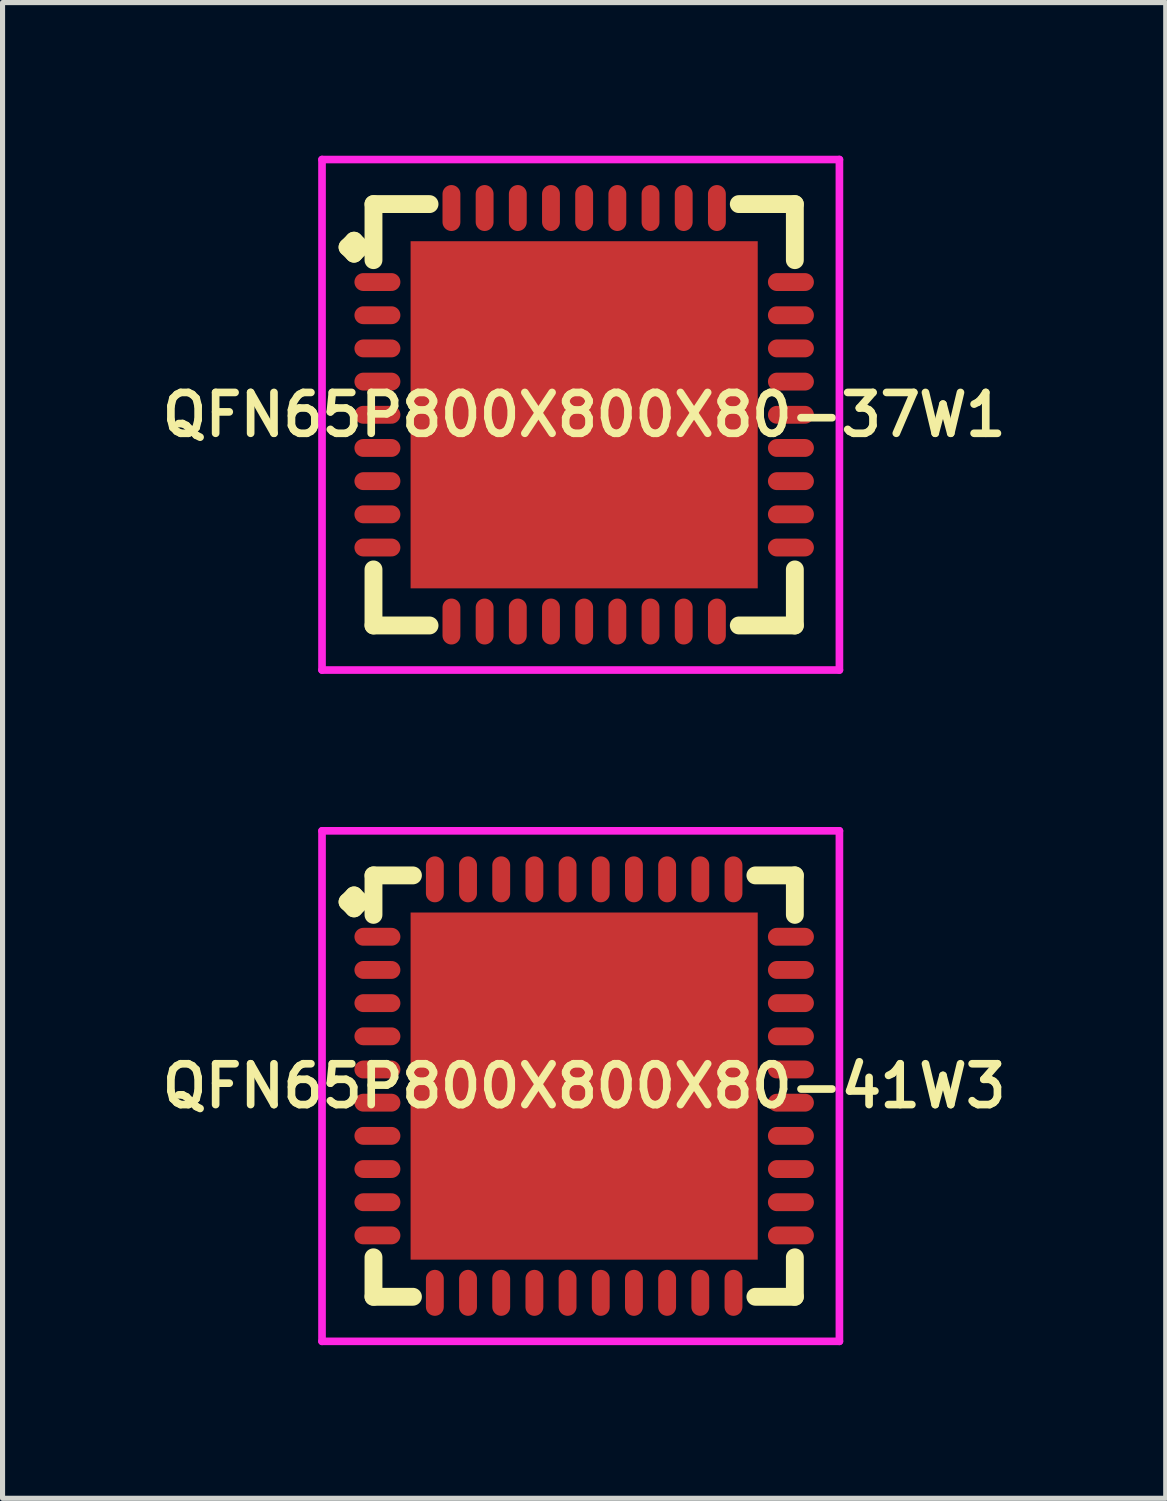
<source format=kicad_pcb>
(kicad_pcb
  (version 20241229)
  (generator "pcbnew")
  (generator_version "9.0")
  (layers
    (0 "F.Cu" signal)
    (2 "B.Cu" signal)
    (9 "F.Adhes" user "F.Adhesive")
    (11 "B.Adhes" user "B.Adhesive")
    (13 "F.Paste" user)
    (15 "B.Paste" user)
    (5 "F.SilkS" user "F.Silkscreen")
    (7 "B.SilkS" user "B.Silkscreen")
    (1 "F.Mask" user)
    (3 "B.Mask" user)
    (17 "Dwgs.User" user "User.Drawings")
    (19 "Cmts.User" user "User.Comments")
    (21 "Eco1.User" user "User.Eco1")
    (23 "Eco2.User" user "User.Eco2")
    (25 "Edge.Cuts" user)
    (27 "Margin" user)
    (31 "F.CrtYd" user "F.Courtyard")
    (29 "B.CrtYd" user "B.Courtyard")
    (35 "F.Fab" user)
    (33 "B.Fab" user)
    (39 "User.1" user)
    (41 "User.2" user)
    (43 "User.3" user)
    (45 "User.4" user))
  (footprint "QFN65P800X800X80-41W3"
    (layer "F.Cu")
    (at 8.393 18.225)
    (property "Reference" "QFN65P800X800X80-41W3" (at 0 0 0) (layer "F.SilkS") (effects (font (size 0.8 0.8) (thickness 0.15))))
    (attr smd)
    (fp_line (start -4.635 -3.608) (end -4.508 -3.735) (stroke (width 0.35) (type solid)) (layer "F.SilkS"))
    (fp_line (start -4.508 -3.735) (end -4.381 -3.608) (stroke (width 0.35) (type solid)) (layer "F.SilkS"))
    (fp_line (start -4.508 -3.481) (end -4.635 -3.608) (stroke (width 0.35) (type solid)) (layer "F.SilkS"))
    (fp_line (start -4.381 -3.608) (end -4.508 -3.481) (stroke (width 0.35) (type solid)) (layer "F.SilkS"))
    (fp_line (start -4.127 -4.127) (end -3.354 -4.127) (stroke (width 0.35) (type solid)) (layer "F.SilkS"))
    (fp_line (start -4.127 -3.354) (end -4.127 -4.127) (stroke (width 0.35) (type solid)) (layer "F.SilkS"))
    (fp_line (start -4.127 3.354) (end -4.127 4.127) (stroke (width 0.35) (type solid)) (layer "F.SilkS"))
    (fp_line (start -4.127 4.127) (end -3.354 4.127) (stroke (width 0.35) (type solid)) (layer "F.SilkS"))
    (fp_line (start 3.354 -4.127) (end 4.127 -4.127) (stroke (width 0.35) (type solid)) (layer "F.SilkS"))
    (fp_line (start 3.354 4.127) (end 4.127 4.127) (stroke (width 0.35) (type solid)) (layer "F.SilkS"))
    (fp_line (start 4.127 -4.127) (end 4.127 -3.354) (stroke (width 0.35) (type solid)) (layer "F.SilkS"))
    (fp_line (start 4.127 4.127) (end 4.127 3.354) (stroke (width 0.35) (type solid)) (layer "F.SilkS"))
    (fp_line (start -5.135 -5) (end 5 -5) (stroke (width 0.15) (type solid)) (layer "F.CrtYd"))
    (fp_line (start -5.135 5) (end -5.135 -5) (stroke (width 0.15) (type solid)) (layer "F.CrtYd"))
    (fp_line (start 5 -5) (end 5 5) (stroke (width 0.15) (type solid)) (layer "F.CrtYd"))
    (fp_line (start 5 5) (end -5.135 5) (stroke (width 0.15) (type solid)) (layer "F.CrtYd"))
    (pad "1" smd oval (at -4.05 -2.925) (size 0.9 0.35) (layers "F.Cu" "F.Mask" "F.Paste"))
    (pad "2" smd oval (at -4.05 -2.275) (size 0.9 0.35) (layers "F.Cu" "F.Mask" "F.Paste"))
    (pad "3" smd oval (at -4.05 -1.625) (size 0.9 0.35) (layers "F.Cu" "F.Mask" "F.Paste"))
    (pad "4" smd oval (at -4.05 -0.975) (size 0.9 0.35) (layers "F.Cu" "F.Mask" "F.Paste"))
    (pad "5" smd oval (at -4.05 -0.325) (size 0.9 0.35) (layers "F.Cu" "F.Mask" "F.Paste"))
    (pad "6" smd oval (at -4.05 0.325) (size 0.9 0.35) (layers "F.Cu" "F.Mask" "F.Paste"))
    (pad "7" smd oval (at -4.05 0.975) (size 0.9 0.35) (layers "F.Cu" "F.Mask" "F.Paste"))
    (pad "8" smd oval (at -4.05 1.625) (size 0.9 0.35) (layers "F.Cu" "F.Mask" "F.Paste"))
    (pad "9" smd oval (at -4.05 2.275) (size 0.9 0.35) (layers "F.Cu" "F.Mask" "F.Paste"))
    (pad "10" smd oval (at -4.05 2.925) (size 0.9 0.35) (layers "F.Cu" "F.Mask" "F.Paste"))
    (pad "11" smd oval (at -2.925 4.05) (size 0.35 0.9) (layers "F.Cu" "F.Mask" "F.Paste"))
    (pad "12" smd oval (at -2.275 4.05) (size 0.35 0.9) (layers "F.Cu" "F.Mask" "F.Paste"))
    (pad "13" smd oval (at -1.625 4.05) (size 0.35 0.9) (layers "F.Cu" "F.Mask" "F.Paste"))
    (pad "14" smd oval (at -0.975 4.05) (size 0.35 0.9) (layers "F.Cu" "F.Mask" "F.Paste"))
    (pad "15" smd oval (at -0.325 4.05) (size 0.35 0.9) (layers "F.Cu" "F.Mask" "F.Paste"))
    (pad "16" smd oval (at 0.325 4.05) (size 0.35 0.9) (layers "F.Cu" "F.Mask" "F.Paste"))
    (pad "17" smd oval (at 0.975 4.05) (size 0.35 0.9) (layers "F.Cu" "F.Mask" "F.Paste"))
    (pad "18" smd oval (at 1.625 4.05) (size 0.35 0.9) (layers "F.Cu" "F.Mask" "F.Paste"))
    (pad "19" smd oval (at 2.275 4.05) (size 0.35 0.9) (layers "F.Cu" "F.Mask" "F.Paste"))
    (pad "20" smd oval (at 2.925 4.05) (size 0.35 0.9) (layers "F.Cu" "F.Mask" "F.Paste"))
    (pad "21" smd oval (at 4.05 2.925) (size 0.9 0.35) (layers "F.Cu" "F.Mask" "F.Paste"))
    (pad "22" smd oval (at 4.05 2.275) (size 0.9 0.35) (layers "F.Cu" "F.Mask" "F.Paste"))
    (pad "23" smd oval (at 4.05 1.625) (size 0.9 0.35) (layers "F.Cu" "F.Mask" "F.Paste"))
    (pad "24" smd oval (at 4.05 0.975) (size 0.9 0.35) (layers "F.Cu" "F.Mask" "F.Paste"))
    (pad "25" smd oval (at 4.05 0.325) (size 0.9 0.35) (layers "F.Cu" "F.Mask" "F.Paste"))
    (pad "26" smd oval (at 4.05 -0.325) (size 0.9 0.35) (layers "F.Cu" "F.Mask" "F.Paste"))
    (pad "27" smd oval (at 4.05 -0.975) (size 0.9 0.35) (layers "F.Cu" "F.Mask" "F.Paste"))
    (pad "28" smd oval (at 4.05 -1.625) (size 0.9 0.35) (layers "F.Cu" "F.Mask" "F.Paste"))
    (pad "29" smd oval (at 4.05 -2.275) (size 0.9 0.35) (layers "F.Cu" "F.Mask" "F.Paste"))
    (pad "30" smd oval (at 4.05 -2.925) (size 0.9 0.35) (layers "F.Cu" "F.Mask" "F.Paste"))
    (pad "31" smd oval (at 2.925 -4.05) (size 0.35 0.9) (layers "F.Cu" "F.Mask" "F.Paste"))
    (pad "32" smd oval (at 2.275 -4.05) (size 0.35 0.9) (layers "F.Cu" "F.Mask" "F.Paste"))
    (pad "33" smd oval (at 1.625 -4.05) (size 0.35 0.9) (layers "F.Cu" "F.Mask" "F.Paste"))
    (pad "34" smd oval (at 0.975 -4.05) (size 0.35 0.9) (layers "F.Cu" "F.Mask" "F.Paste"))
    (pad "35" smd oval (at 0.325 -4.05) (size 0.35 0.9) (layers "F.Cu" "F.Mask" "F.Paste"))
    (pad "36" smd oval (at -0.325 -4.05) (size 0.35 0.9) (layers "F.Cu" "F.Mask" "F.Paste"))
    (pad "37" smd oval (at -0.975 -4.05) (size 0.35 0.9) (layers "F.Cu" "F.Mask" "F.Paste"))
    (pad "38" smd oval (at -1.625 -4.05) (size 0.35 0.9) (layers "F.Cu" "F.Mask" "F.Paste"))
    (pad "39" smd oval (at -2.275 -4.05) (size 0.35 0.9) (layers "F.Cu" "F.Mask" "F.Paste"))
    (pad "40" smd oval (at -2.925 -4.05) (size 0.35 0.9) (layers "F.Cu" "F.Mask" "F.Paste"))
    (pad "41" smd rect (at 0 0) (size 6.8 6.8) (layers "F.Cu" "F.Mask" "F.Paste")))
  (footprint "QFN65P800X800X80-37W1"
    (layer "F.Cu")
    (at 8.393 5.075)
    (property "Reference" "QFN65P800X800X80-37W1" (at 0 0 0) (layer "F.SilkS") (effects (font (size 0.8 0.8) (thickness 0.15))))
    (attr smd)
    (fp_line (start -4.635 -3.283) (end -4.508 -3.41) (stroke (width 0.35) (type solid)) (layer "F.SilkS"))
    (fp_line (start -4.508 -3.41) (end -4.381 -3.283) (stroke (width 0.35) (type solid)) (layer "F.SilkS"))
    (fp_line (start -4.508 -3.156) (end -4.635 -3.283) (stroke (width 0.35) (type solid)) (layer "F.SilkS"))
    (fp_line (start -4.381 -3.283) (end -4.508 -3.156) (stroke (width 0.35) (type solid)) (layer "F.SilkS"))
    (fp_line (start -4.127 -4.127) (end -3.029 -4.127) (stroke (width 0.35) (type solid)) (layer "F.SilkS"))
    (fp_line (start -4.127 -3.029) (end -4.127 -4.127) (stroke (width 0.35) (type solid)) (layer "F.SilkS"))
    (fp_line (start -4.127 3.029) (end -4.127 4.127) (stroke (width 0.35) (type solid)) (layer "F.SilkS"))
    (fp_line (start -4.127 4.127) (end -3.029 4.127) (stroke (width 0.35) (type solid)) (layer "F.SilkS"))
    (fp_line (start 3.029 -4.127) (end 4.127 -4.127) (stroke (width 0.35) (type solid)) (layer "F.SilkS"))
    (fp_line (start 3.029 4.127) (end 4.127 4.127) (stroke (width 0.35) (type solid)) (layer "F.SilkS"))
    (fp_line (start 4.127 -4.127) (end 4.127 -3.029) (stroke (width 0.35) (type solid)) (layer "F.SilkS"))
    (fp_line (start 4.127 4.127) (end 4.127 3.029) (stroke (width 0.35) (type solid)) (layer "F.SilkS"))
    (fp_line (start -5.135 -5) (end 5 -5) (stroke (width 0.15) (type solid)) (layer "F.CrtYd"))
    (fp_line (start -5.135 5) (end -5.135 -5) (stroke (width 0.15) (type solid)) (layer "F.CrtYd"))
    (fp_line (start 5 -5) (end 5 5) (stroke (width 0.15) (type solid)) (layer "F.CrtYd"))
    (fp_line (start 5 5) (end -5.135 5) (stroke (width 0.15) (type solid)) (layer "F.CrtYd"))
    (pad "1" smd oval (at -4.05 -2.6) (size 0.9 0.35) (layers "F.Cu" "F.Mask" "F.Paste"))
    (pad "2" smd oval (at -4.05 -1.95) (size 0.9 0.35) (layers "F.Cu" "F.Mask" "F.Paste"))
    (pad "3" smd oval (at -4.05 -1.3) (size 0.9 0.35) (layers "F.Cu" "F.Mask" "F.Paste"))
    (pad "4" smd oval (at -4.05 -0.65) (size 0.9 0.35) (layers "F.Cu" "F.Mask" "F.Paste"))
    (pad "5" smd oval (at -4.05 0) (size 0.9 0.35) (layers "F.Cu" "F.Mask" "F.Paste"))
    (pad "6" smd oval (at -4.05 0.65) (size 0.9 0.35) (layers "F.Cu" "F.Mask" "F.Paste"))
    (pad "7" smd oval (at -4.05 1.3) (size 0.9 0.35) (layers "F.Cu" "F.Mask" "F.Paste"))
    (pad "8" smd oval (at -4.05 1.95) (size 0.9 0.35) (layers "F.Cu" "F.Mask" "F.Paste"))
    (pad "9" smd oval (at -4.05 2.6) (size 0.9 0.35) (layers "F.Cu" "F.Mask" "F.Paste"))
    (pad "10" smd oval (at -2.6 4.05) (size 0.35 0.9) (layers "F.Cu" "F.Mask" "F.Paste"))
    (pad "11" smd oval (at -1.95 4.05) (size 0.35 0.9) (layers "F.Cu" "F.Mask" "F.Paste"))
    (pad "12" smd oval (at -1.3 4.05) (size 0.35 0.9) (layers "F.Cu" "F.Mask" "F.Paste"))
    (pad "13" smd oval (at -0.65 4.05) (size 0.35 0.9) (layers "F.Cu" "F.Mask" "F.Paste"))
    (pad "14" smd oval (at 0 4.05) (size 0.35 0.9) (layers "F.Cu" "F.Mask" "F.Paste"))
    (pad "15" smd oval (at 0.65 4.05) (size 0.35 0.9) (layers "F.Cu" "F.Mask" "F.Paste"))
    (pad "16" smd oval (at 1.3 4.05) (size 0.35 0.9) (layers "F.Cu" "F.Mask" "F.Paste"))
    (pad "17" smd oval (at 1.95 4.05) (size 0.35 0.9) (layers "F.Cu" "F.Mask" "F.Paste"))
    (pad "18" smd oval (at 2.6 4.05) (size 0.35 0.9) (layers "F.Cu" "F.Mask" "F.Paste"))
    (pad "19" smd oval (at 4.05 2.6) (size 0.9 0.35) (layers "F.Cu" "F.Mask" "F.Paste"))
    (pad "20" smd oval (at 4.05 1.95) (size 0.9 0.35) (layers "F.Cu" "F.Mask" "F.Paste"))
    (pad "21" smd oval (at 4.05 1.3) (size 0.9 0.35) (layers "F.Cu" "F.Mask" "F.Paste"))
    (pad "22" smd oval (at 4.05 0.65) (size 0.9 0.35) (layers "F.Cu" "F.Mask" "F.Paste"))
    (pad "23" smd oval (at 4.05 0) (size 0.9 0.35) (layers "F.Cu" "F.Mask" "F.Paste"))
    (pad "24" smd oval (at 4.05 -0.65) (size 0.9 0.35) (layers "F.Cu" "F.Mask" "F.Paste"))
    (pad "25" smd oval (at 4.05 -1.3) (size 0.9 0.35) (layers "F.Cu" "F.Mask" "F.Paste"))
    (pad "26" smd oval (at 4.05 -1.95) (size 0.9 0.35) (layers "F.Cu" "F.Mask" "F.Paste"))
    (pad "27" smd oval (at 4.05 -2.6) (size 0.9 0.35) (layers "F.Cu" "F.Mask" "F.Paste"))
    (pad "28" smd oval (at 2.6 -4.05) (size 0.35 0.9) (layers "F.Cu" "F.Mask" "F.Paste"))
    (pad "29" smd oval (at 1.95 -4.05) (size 0.35 0.9) (layers "F.Cu" "F.Mask" "F.Paste"))
    (pad "30" smd oval (at 1.3 -4.05) (size 0.35 0.9) (layers "F.Cu" "F.Mask" "F.Paste"))
    (pad "31" smd oval (at 0.65 -4.05) (size 0.35 0.9) (layers "F.Cu" "F.Mask" "F.Paste"))
    (pad "32" smd oval (at 0 -4.05) (size 0.35 0.9) (layers "F.Cu" "F.Mask" "F.Paste"))
    (pad "33" smd oval (at -0.65 -4.05) (size 0.35 0.9) (layers "F.Cu" "F.Mask" "F.Paste"))
    (pad "34" smd oval (at -1.3 -4.05) (size 0.35 0.9) (layers "F.Cu" "F.Mask" "F.Paste"))
    (pad "35" smd oval (at -1.95 -4.05) (size 0.35 0.9) (layers "F.Cu" "F.Mask" "F.Paste"))
    (pad "36" smd oval (at -2.6 -4.05) (size 0.35 0.9) (layers "F.Cu" "F.Mask" "F.Paste"))
    (pad "37" smd rect (at 0 0) (size 6.8 6.8) (layers "F.Cu" "F.Mask" "F.Paste")))
  (gr_rect
    (start -3 -3)
    (end 19.785 26.3)
    (stroke (width 0.1) (type default))
    (fill no)
    (layer "Edge.Cuts")))
</source>
